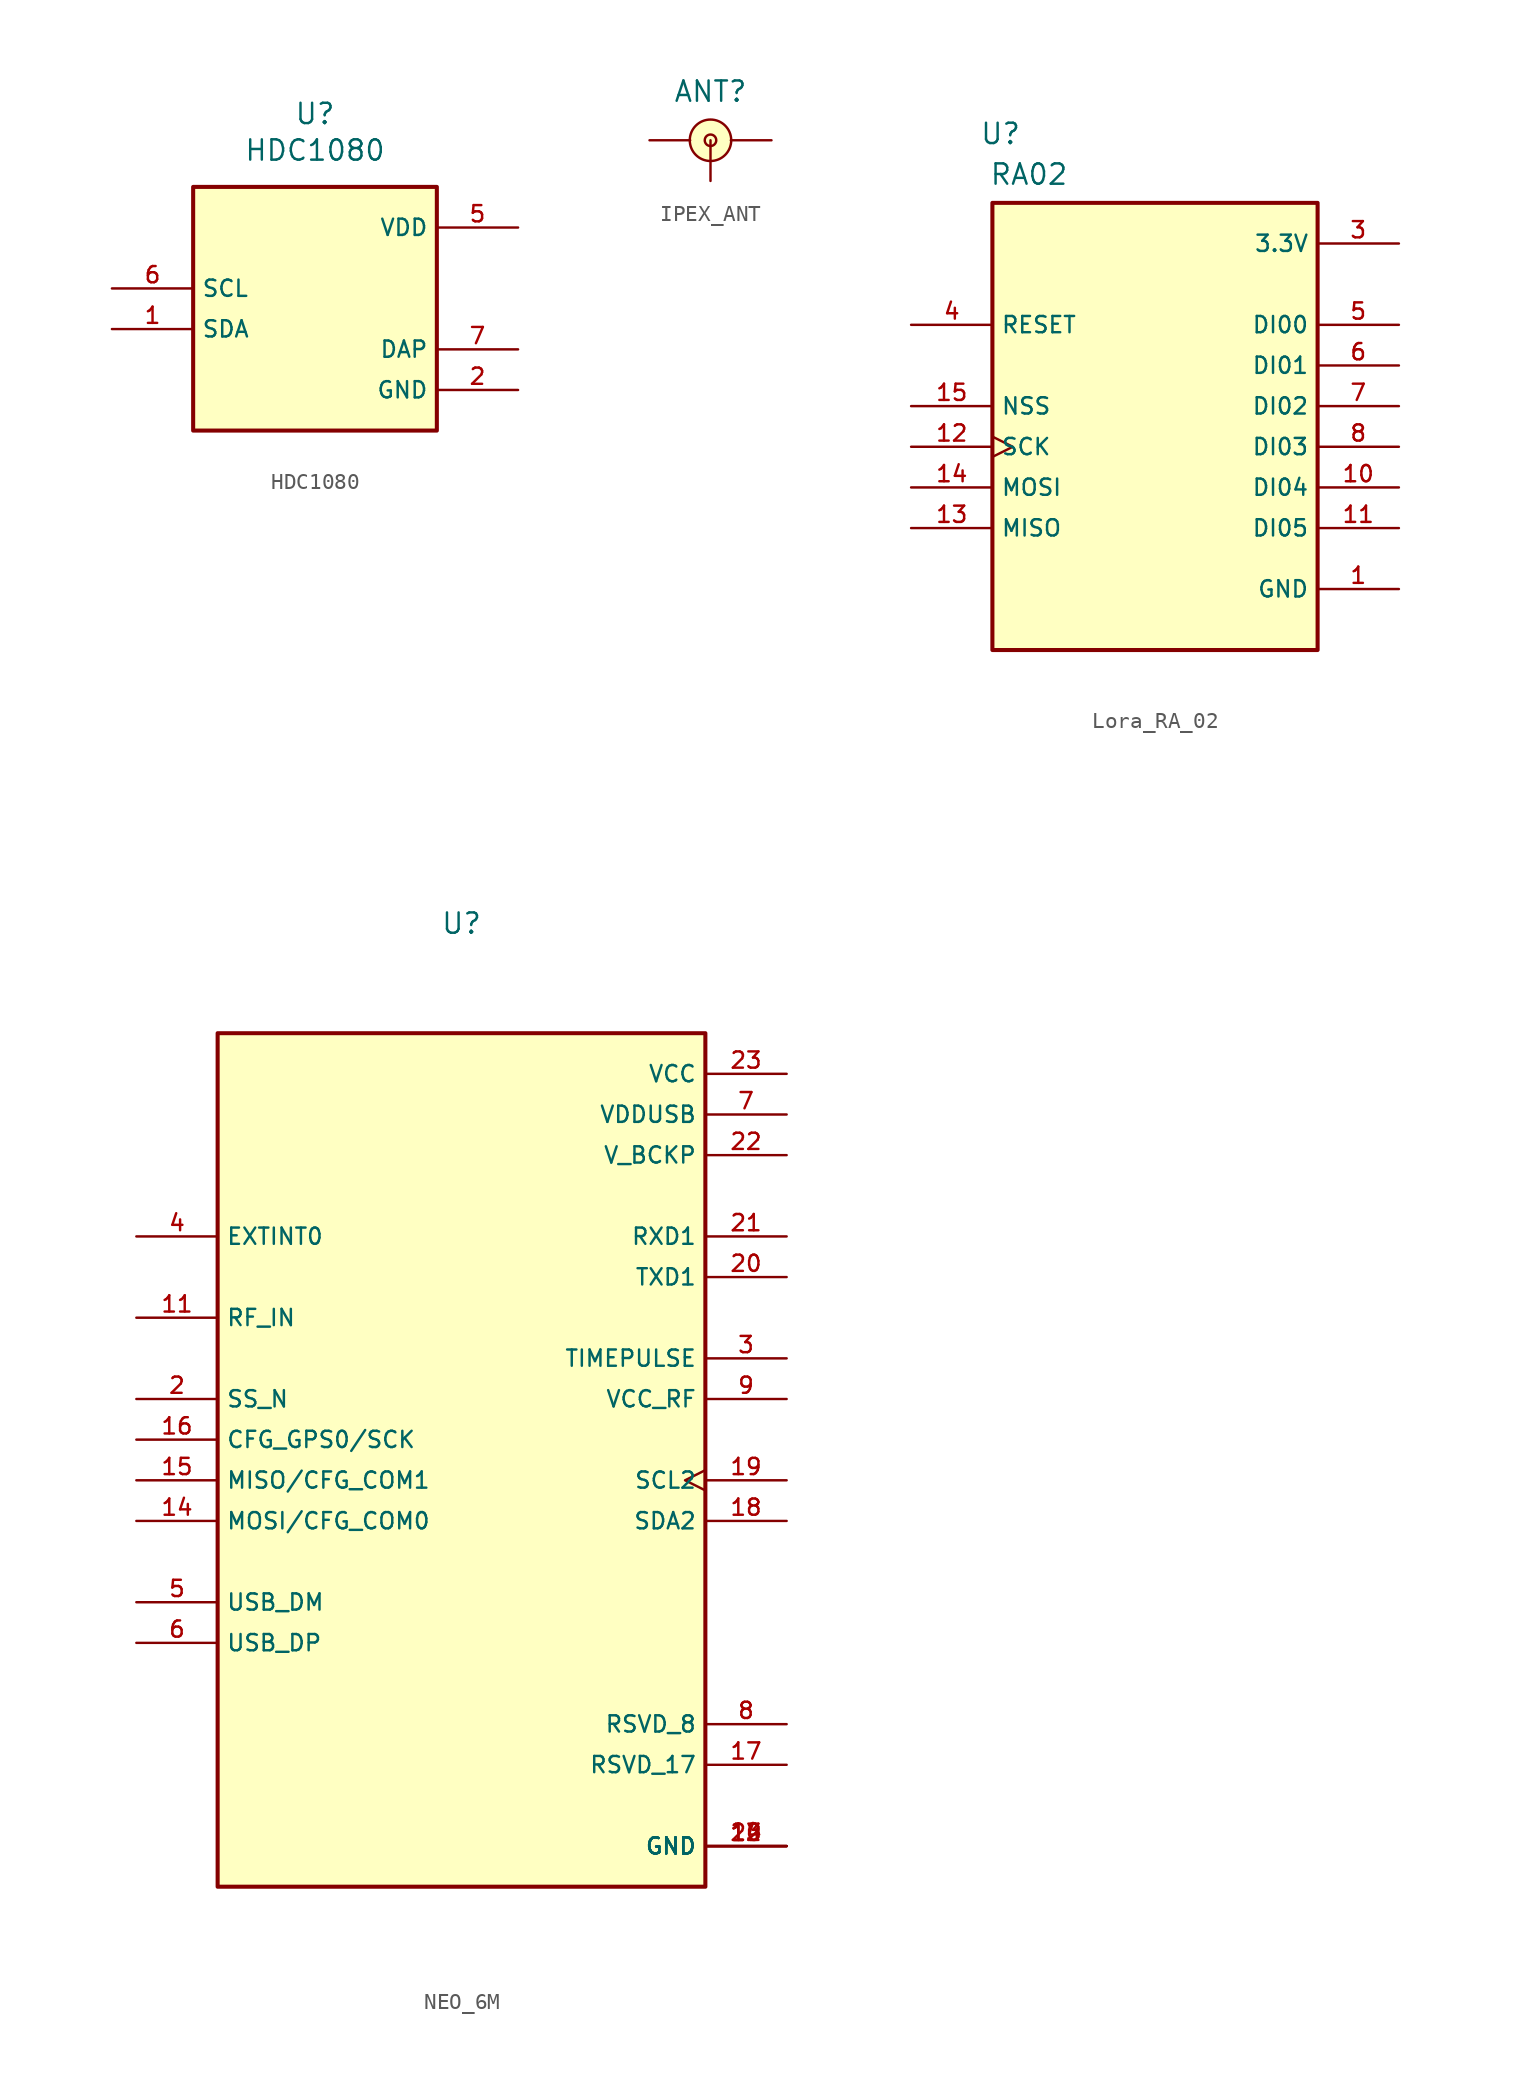
<source format=kicad_sym>
(kicad_symbol_lib
  (version 20231120)
  (generator "kicad_symbol_editor")
  (generator_version "8.0")
  (symbol "HDC1080"
    (property "Reference" "U"
      (at 0 12.192 0)
      (effects (font (size 1.27 1.27))))
    (property "Value" "HDC1080"
      (at 0 9.906 0)
      (effects (font (size 1.27 1.27))))
    (symbol "HDC1080_0_0"
      (rectangle (start -7.62 7.62) (end 7.62 -7.62) (stroke (width 0.254) (type default)) (fill (type background)))
      (pin power_in line (at 12.7 -5.08 180) (length 5.08) (name "GND" (effects (font (size 1.016 1.016)))) (number "2" (effects (font (size 1.016 1.016)))))
      (pin power_in line (at 12.7 5.08 180) (length 5.08) (name "VDD" (effects (font (size 1.016 1.016)))) (number "5" (effects (font (size 1.016 1.016)))))
      (pin power_in line (at 12.7 -2.54 180) (length 5.08) (name "DAP" (effects (font (size 1.016 1.016)))) (number "7" (effects (font (size 1.016 1.016))))))
    (symbol "HDC1080_1_0"
      (pin passive line (at -12.7 -1.27 0) (length 5.08) (name "SDA" (effects (font (size 1.016 1.016)))) (number "1" (effects (font (size 1.016 1.016)))))
      (pin passive line (at -12.7 1.27 0) (length 5.08) (name "SCL" (effects (font (size 1.016 1.016)))) (number "6" (effects (font (size 1.016 1.016)))))))
  (symbol "IPEX_ANT"
    (pin_numbers hide)
    (pin_names hide)
    (property "Reference" "ANT"
      (at 0 3.048 0)
      (effects (font (size 1.27 1.27))))
    (property "Value" ""
      (at 0 0 0)
      (effects (font (size 1.27 1.27))))
    (symbol "IPEX_ANT_0_1"
      (circle (center 0 0) (radius 0.359) (stroke (width 0) (type default)) (fill (type none))))
    (symbol "IPEX_ANT_1_0"
      (pin passive line (at 0 -2.54 90) (length 2.54) (name "GND" (effects (font (size 1.016 1.016)))) (number "1" (effects (font (size 1.016 1.016)))))
      (pin passive line (at -3.81 0 0) (length 2.54) (name "GND" (effects (font (size 1.016 1.016)))) (number "3" (effects (font (size 1.016 1.016)))))
      (pin passive line (at 3.81 0 180) (length 2.54) (name "GND" (effects (font (size 1.016 1.016)))) (number "3" (effects (font (size 1.016 1.016))))))
    (symbol "IPEX_ANT_1_1"
      (circle (center 0 0) (radius 1.295) (stroke (width 0) (type default)) (fill (type background)))))
  (symbol "Lora_RA_02"
    (property "Reference" "U"
      (at -9.652 18.288 0)
      (effects (font (size 1.27 1.27))))
    (property "Value" "RA02"
      (at -7.874 15.748 0)
      (effects (font (size 1.27 1.27))))
    (property "Description" ""
      (at 0 1.27 0)
      (effects (font (size 1.27 1.27))))
    (symbol "Lora_RA_02_0_0"
      (rectangle (start -10.16 13.97) (end 10.16 -13.97) (stroke (width 0.254) (type default)) (fill (type background)))
      (pin bidirectional line (at 15.24 -3.81 180) (length 5.08) (name "DI04" (effects (font (size 1.016 1.016)))) (number "10" (effects (font (size 1.016 1.016)))))
      (pin bidirectional line (at 15.24 -6.35 180) (length 5.08) (name "DI05" (effects (font (size 1.016 1.016)))) (number "11" (effects (font (size 1.016 1.016)))))
      (pin output line (at -15.24 -6.35 0) (length 5.08) (name "MISO" (effects (font (size 1.016 1.016)))) (number "13" (effects (font (size 1.016 1.016)))))
      (pin input line (at -15.24 -3.81 0) (length 5.08) (name "MOSI" (effects (font (size 1.016 1.016)))) (number "14" (effects (font (size 1.016 1.016)))))
      (pin input line (at -15.24 1.27 0) (length 5.08) (name "NSS" (effects (font (size 1.016 1.016)))) (number "15" (effects (font (size 1.016 1.016)))))
      (pin power_in line (at 15.24 -10.16 180) (length 5.08) hide (name "GND" (effects (font (size 1.016 1.016)))) (number "16" (effects (font (size 1.016 1.016)))))
      (pin power_in line (at 15.24 -10.16 180) (length 5.08) hide (name "GND" (effects (font (size 1.016 1.016)))) (number "2" (effects (font (size 1.016 1.016)))))
      (pin input line (at -15.24 6.35 0) (length 5.08) (name "RESET" (effects (font (size 1.016 1.016)))) (number "4" (effects (font (size 1.016 1.016)))))
      (pin bidirectional line (at 15.24 6.35 180) (length 5.08) (name "DI00" (effects (font (size 1.016 1.016)))) (number "5" (effects (font (size 1.016 1.016)))))
      (pin bidirectional line (at 15.24 3.81 180) (length 5.08) (name "DI01" (effects (font (size 1.016 1.016)))) (number "6" (effects (font (size 1.016 1.016)))))
      (pin bidirectional line (at 15.24 1.27 180) (length 5.08) (name "DI02" (effects (font (size 1.016 1.016)))) (number "7" (effects (font (size 1.016 1.016)))))
      (pin bidirectional line (at 15.24 -1.27 180) (length 5.08) (name "DI03" (effects (font (size 1.016 1.016)))) (number "8" (effects (font (size 1.016 1.016)))))
      (pin power_in line (at 15.24 -10.16 180) (length 5.08) hide (name "GND" (effects (font (size 1.016 1.016)))) (number "9" (effects (font (size 1.016 1.016))))))
    (symbol "Lora_RA_02_1_0"
      (pin passive line (at 15.24 -10.16 180) (length 5.08) (name "GND" (effects (font (size 1.016 1.016)))) (number "1" (effects (font (size 1.016 1.016)))))
      (pin input clock (at -15.24 -1.27 0) (length 5.08) (name "SCK" (effects (font (size 1.016 1.016)))) (number "12" (effects (font (size 1.016 1.016)))))
      (pin passive line (at 15.24 11.43 180) (length 5.08) (name "3.3V" (effects (font (size 1.016 1.016)))) (number "3" (effects (font (size 1.016 1.016)))))))
  (symbol "NEO_6M"
    (property "Reference" "U"
      (at 0 32.258 0)
      (effects (font (size 1.27 1.27))))
    (property "Value" ""
      (at 0 0 0)
      (effects (font (size 1.27 1.27))))
    (symbol "NEO_6M_0_0"
      (rectangle (start -15.24 -27.94) (end 15.24 25.4) (stroke (width 0.254) (type default)) (fill (type background)))
      (pin power_in line (at 20.32 -25.4 180) (length 5.08) (name "GND" (effects (font (size 1.016 1.016)))) (number "10" (effects (font (size 1.016 1.016)))))
      (pin input line (at -20.32 7.62 0) (length 5.08) (name "RF_IN" (effects (font (size 1.016 1.016)))) (number "11" (effects (font (size 1.016 1.016)))))
      (pin power_in line (at 20.32 -25.4 180) (length 5.08) (name "GND" (effects (font (size 1.016 1.016)))) (number "12" (effects (font (size 1.016 1.016)))))
      (pin power_in line (at 20.32 -25.4 180) (length 5.08) (name "GND" (effects (font (size 1.016 1.016)))) (number "13" (effects (font (size 1.016 1.016)))))
      (pin bidirectional line (at -20.32 -5.08 0) (length 5.08) (name "MOSI/CFG_COM0" (effects (font (size 1.016 1.016)))) (number "14" (effects (font (size 1.016 1.016)))))
      (pin input line (at -20.32 -2.54 0) (length 5.08) (name "MISO/CFG_COM1" (effects (font (size 1.016 1.016)))) (number "15" (effects (font (size 1.016 1.016)))))
      (pin input line (at -20.32 0 0) (length 5.08) (name "CFG_GPS0/SCK" (effects (font (size 1.016 1.016)))) (number "16" (effects (font (size 1.016 1.016)))))
      (pin passive line (at 20.32 -20.32 180) (length 5.08) (name "RSVD_17" (effects (font (size 1.016 1.016)))) (number "17" (effects (font (size 1.016 1.016)))))
      (pin bidirectional line (at 20.32 -5.08 180) (length 5.08) (name "SDA2" (effects (font (size 1.016 1.016)))) (number "18" (effects (font (size 1.016 1.016)))))
      (pin bidirectional clock (at 20.32 -2.54 180) (length 5.08) (name "SCL2" (effects (font (size 1.016 1.016)))) (number "19" (effects (font (size 1.016 1.016)))))
      (pin input line (at -20.32 2.54 0) (length 5.08) (name "SS_N" (effects (font (size 1.016 1.016)))) (number "2" (effects (font (size 1.016 1.016)))))
      (pin output line (at 20.32 10.16 180) (length 5.08) (name "TXD1" (effects (font (size 1.016 1.016)))) (number "20" (effects (font (size 1.016 1.016)))))
      (pin input line (at 20.32 12.7 180) (length 5.08) (name "RXD1" (effects (font (size 1.016 1.016)))) (number "21" (effects (font (size 1.016 1.016)))))
      (pin power_in line (at 20.32 17.78 180) (length 5.08) (name "V_BCKP" (effects (font (size 1.016 1.016)))) (number "22" (effects (font (size 1.016 1.016)))))
      (pin power_in line (at 20.32 22.86 180) (length 5.08) (name "VCC" (effects (font (size 1.016 1.016)))) (number "23" (effects (font (size 1.016 1.016)))))
      (pin power_in line (at 20.32 -25.4 180) (length 5.08) (name "GND" (effects (font (size 1.016 1.016)))) (number "24" (effects (font (size 1.016 1.016)))))
      (pin output line (at 20.32 5.08 180) (length 5.08) (name "TIMEPULSE" (effects (font (size 1.016 1.016)))) (number "3" (effects (font (size 1.016 1.016)))))
      (pin input line (at -20.32 12.7 0) (length 5.08) (name "EXTINT0" (effects (font (size 1.016 1.016)))) (number "4" (effects (font (size 1.016 1.016)))))
      (pin bidirectional line (at -20.32 -10.16 0) (length 5.08) (name "USB_DM" (effects (font (size 1.016 1.016)))) (number "5" (effects (font (size 1.016 1.016)))))
      (pin bidirectional line (at -20.32 -12.7 0) (length 5.08) (name "USB_DP" (effects (font (size 1.016 1.016)))) (number "6" (effects (font (size 1.016 1.016)))))
      (pin power_in line (at 20.32 20.32 180) (length 5.08) (name "VDDUSB" (effects (font (size 1.016 1.016)))) (number "7" (effects (font (size 1.016 1.016)))))
      (pin passive line (at 20.32 -17.78 180) (length 5.08) (name "RSVD_8" (effects (font (size 1.016 1.016)))) (number "8" (effects (font (size 1.016 1.016)))))
      (pin output line (at 20.32 2.54 180) (length 5.08) (name "VCC_RF" (effects (font (size 1.016 1.016)))) (number "9" (effects (font (size 1.016 1.016))))))))
</source>
